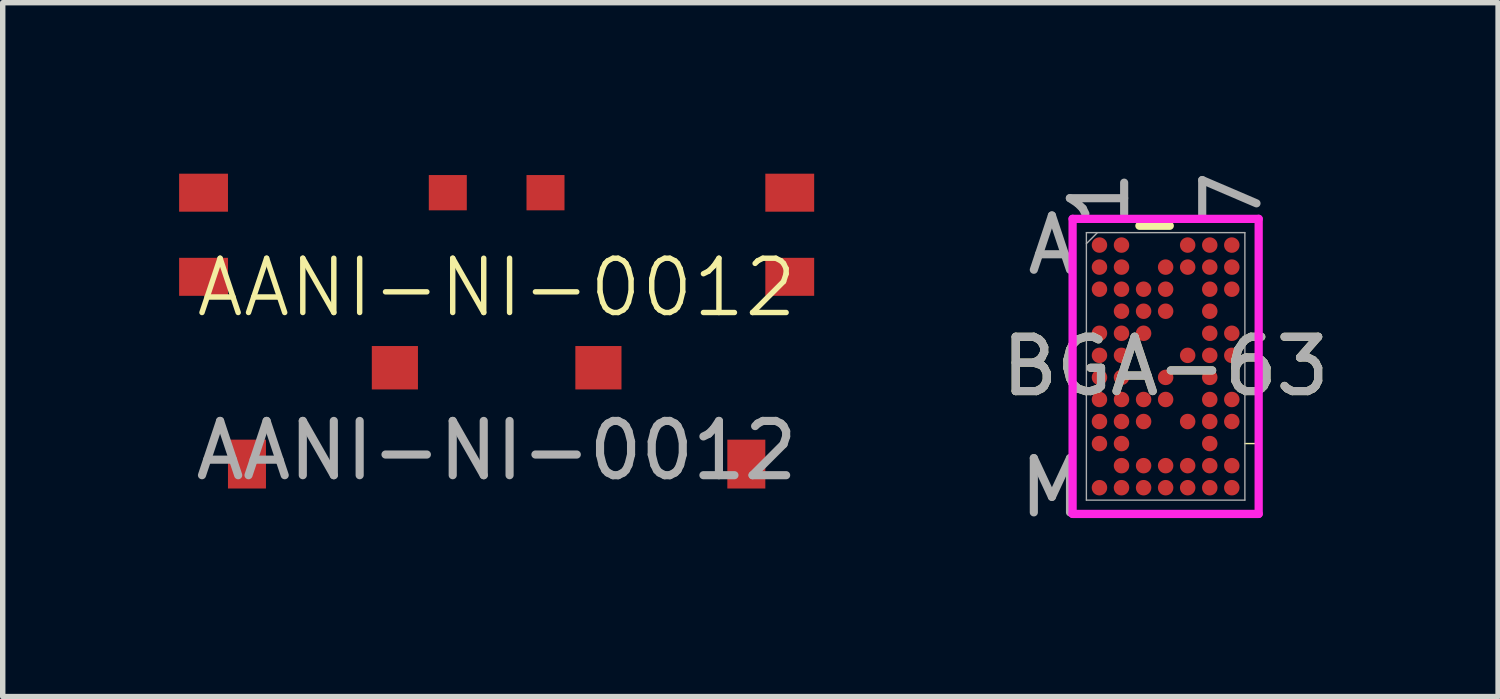
<source format=kicad_pcb>
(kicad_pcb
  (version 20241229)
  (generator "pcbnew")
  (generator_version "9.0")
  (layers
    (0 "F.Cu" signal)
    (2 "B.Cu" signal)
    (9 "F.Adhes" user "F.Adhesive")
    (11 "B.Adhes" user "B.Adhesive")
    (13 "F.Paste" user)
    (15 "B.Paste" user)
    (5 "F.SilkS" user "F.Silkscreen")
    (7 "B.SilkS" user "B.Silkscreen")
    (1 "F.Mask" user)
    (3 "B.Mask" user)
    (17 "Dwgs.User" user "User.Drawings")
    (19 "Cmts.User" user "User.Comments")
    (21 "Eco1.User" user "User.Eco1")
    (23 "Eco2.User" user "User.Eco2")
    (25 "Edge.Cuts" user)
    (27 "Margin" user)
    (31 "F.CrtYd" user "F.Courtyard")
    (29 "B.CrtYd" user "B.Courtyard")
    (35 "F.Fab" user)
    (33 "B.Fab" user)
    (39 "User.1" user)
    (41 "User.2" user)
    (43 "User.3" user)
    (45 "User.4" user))
  (footprint "BGA-63"
    (layer "F.Cu")
    (at 18.425 3.7)
    (property "Reference" "BGA-63" (at 0 0 0) (unlocked yes) (layer "F.SilkS") (effects (font (size 1 1) (thickness 0.15))))
    (attr smd)
    (fp_line (start 0.076 -2.591) (end -0.483 -2.591) (stroke (width 0.152) (type solid)) (layer "F.SilkS"))
    (fp_line (start 1.46 1.422) (end 1.714 1.422) (stroke (width 0.025) (type solid)) (layer "F.SilkS"))
    (fp_line (start -1.714 -2.718) (end 1.714 -2.718) (stroke (width 0.152) (type solid)) (layer "F.CrtYd"))
    (fp_line (start -1.714 2.718) (end -1.714 -2.718) (stroke (width 0.152) (type solid)) (layer "F.CrtYd"))
    (fp_line (start 1.714 -2.718) (end 1.714 2.718) (stroke (width 0.152) (type solid)) (layer "F.CrtYd"))
    (fp_line (start 1.714 2.718) (end -1.714 2.718) (stroke (width 0.152) (type solid)) (layer "F.CrtYd"))
    (fp_line (start -1.46 -2.464) (end -1.46 2.464) (stroke (width 0.025) (type solid)) (layer "F.Fab"))
    (fp_line (start -1.46 2.464) (end 1.46 2.464) (stroke (width 0.025) (type solid)) (layer "F.Fab"))
    (fp_line (start -1.257 -2.464) (end -1.46 -2.261) (stroke (width 0.025) (type solid)) (layer "F.Fab"))
    (fp_line (start 1.46 -2.464) (end -1.46 -2.464) (stroke (width 0.025) (type solid)) (layer "F.Fab"))
    (fp_line (start 1.46 2.464) (end 1.46 -2.464) (stroke (width 0.025) (type solid)) (layer "F.Fab"))
    (fp_text user "7" (at 1.219 -3.099 90) (unlocked yes) (layer "F.Fab") (effects (font (size 1 1) (thickness 0.15))))
    (fp_text user "A" (at -2.095 -2.235 0) (unlocked yes) (layer "F.Fab") (effects (font (size 1 1) (thickness 0.15))))
    (fp_text user "${REFERENCE}" (at 0 0 0) (unlocked yes) (layer "F.Fab") (effects (font (size 1 1) (thickness 0.15))))
    (fp_text user "M" (at -2.095 2.235 0) (unlocked yes) (layer "F.Fab") (effects (font (size 1 1) (thickness 0.15))))
    (fp_text user "1" (at -1.219 -3.099 90) (unlocked yes) (layer "F.Fab") (effects (font (size 1 1) (thickness 0.15))))
    (pad "A1" smd circle (at -1.219 -2.235) (size 0.285 0.285) (layers "F.Cu" "F.Mask" "F.Paste"))
    (pad "A2" smd circle (at -0.813 -2.235) (size 0.285 0.285) (layers "F.Cu" "F.Mask" "F.Paste"))
    (pad "A5" smd circle (at 0.406 -2.235) (size 0.285 0.285) (layers "F.Cu" "F.Mask" "F.Paste"))
    (pad "A6" smd circle (at 0.813 -2.235) (size 0.285 0.285) (layers "F.Cu" "F.Mask" "F.Paste"))
    (pad "A7" smd circle (at 1.219 -2.235) (size 0.285 0.285) (layers "F.Cu" "F.Mask" "F.Paste"))
    (pad "B1" smd circle (at -1.219 -1.829) (size 0.285 0.285) (layers "F.Cu" "F.Mask" "F.Paste"))
    (pad "B2" smd circle (at -0.813 -1.829) (size 0.285 0.285) (layers "F.Cu" "F.Mask" "F.Paste"))
    (pad "B4" smd circle (at 0 -1.829) (size 0.285 0.285) (layers "F.Cu" "F.Mask" "F.Paste"))
    (pad "B5" smd circle (at 0.406 -1.829) (size 0.285 0.285) (layers "F.Cu" "F.Mask" "F.Paste"))
    (pad "B6" smd circle (at 0.813 -1.829) (size 0.285 0.285) (layers "F.Cu" "F.Mask" "F.Paste"))
    (pad "B7" smd circle (at 1.219 -1.829) (size 0.285 0.285) (layers "F.Cu" "F.Mask" "F.Paste"))
    (pad "C1" smd circle (at -1.219 -1.422) (size 0.285 0.285) (layers "F.Cu" "F.Mask" "F.Paste"))
    (pad "C2" smd circle (at -0.813 -1.422) (size 0.285 0.285) (layers "F.Cu" "F.Mask" "F.Paste"))
    (pad "C3" smd circle (at -0.406 -1.422) (size 0.285 0.285) (layers "F.Cu" "F.Mask" "F.Paste"))
    (pad "C4" smd circle (at 0 -1.422) (size 0.285 0.285) (layers "F.Cu" "F.Mask" "F.Paste"))
    (pad "C6" smd circle (at 0.813 -1.422) (size 0.285 0.285) (layers "F.Cu" "F.Mask" "F.Paste"))
    (pad "C7" smd circle (at 1.219 -1.422) (size 0.285 0.285) (layers "F.Cu" "F.Mask" "F.Paste"))
    (pad "D2" smd circle (at -0.813 -1.016) (size 0.285 0.285) (layers "F.Cu" "F.Mask" "F.Paste"))
    (pad "D3" smd circle (at -0.406 -1.016) (size 0.285 0.285) (layers "F.Cu" "F.Mask" "F.Paste"))
    (pad "D4" smd circle (at 0 -1.016) (size 0.285 0.285) (layers "F.Cu" "F.Mask" "F.Paste"))
    (pad "D6" smd circle (at 0.813 -1.016) (size 0.285 0.285) (layers "F.Cu" "F.Mask" "F.Paste"))
    (pad "E1" smd circle (at -1.219 -0.61) (size 0.285 0.285) (layers "F.Cu" "F.Mask" "F.Paste"))
    (pad "E2" smd circle (at -0.813 -0.61) (size 0.285 0.285) (layers "F.Cu" "F.Mask" "F.Paste"))
    (pad "E3" smd circle (at -0.406 -0.61) (size 0.285 0.285) (layers "F.Cu" "F.Mask" "F.Paste"))
    (pad "E6" smd circle (at 0.813 -0.61) (size 0.285 0.285) (layers "F.Cu" "F.Mask" "F.Paste"))
    (pad "E7" smd circle (at 1.219 -0.61) (size 0.285 0.285) (layers "F.Cu" "F.Mask" "F.Paste"))
    (pad "F1" smd circle (at -1.219 -0.203) (size 0.285 0.285) (layers "F.Cu" "F.Mask" "F.Paste"))
    (pad "F2" smd circle (at -0.813 -0.203) (size 0.285 0.285) (layers "F.Cu" "F.Mask" "F.Paste"))
    (pad "F5" smd circle (at 0.406 -0.203) (size 0.285 0.285) (layers "F.Cu" "F.Mask" "F.Paste"))
    (pad "F6" smd circle (at 0.813 -0.203) (size 0.285 0.285) (layers "F.Cu" "F.Mask" "F.Paste"))
    (pad "F7" smd circle (at 1.219 -0.203) (size 0.285 0.285) (layers "F.Cu" "F.Mask" "F.Paste"))
    (pad "G1" smd circle (at -1.219 0.203) (size 0.285 0.285) (layers "F.Cu" "F.Mask" "F.Paste"))
    (pad "G2" smd circle (at -0.813 0.203) (size 0.285 0.285) (layers "F.Cu" "F.Mask" "F.Paste"))
    (pad "G4" smd circle (at 0 0.203) (size 0.285 0.285) (layers "F.Cu" "F.Mask" "F.Paste"))
    (pad "G6" smd circle (at 0.813 0.203) (size 0.285 0.285) (layers "F.Cu" "F.Mask" "F.Paste"))
    (pad "H1" smd circle (at -1.219 0.61) (size 0.285 0.285) (layers "F.Cu" "F.Mask" "F.Paste"))
    (pad "H2" smd circle (at -0.813 0.61) (size 0.285 0.285) (layers "F.Cu" "F.Mask" "F.Paste"))
    (pad "H3" smd circle (at -0.406 0.61) (size 0.285 0.285) (layers "F.Cu" "F.Mask" "F.Paste"))
    (pad "H4" smd circle (at 0 0.61) (size 0.285 0.285) (layers "F.Cu" "F.Mask" "F.Paste"))
    (pad "H6" smd circle (at 0.813 0.61) (size 0.285 0.285) (layers "F.Cu" "F.Mask" "F.Paste"))
    (pad "H7" smd circle (at 1.219 0.61) (size 0.285 0.285) (layers "F.Cu" "F.Mask" "F.Paste"))
    (pad "J1" smd circle (at -1.219 1.016) (size 0.285 0.285) (layers "F.Cu" "F.Mask" "F.Paste"))
    (pad "J2" smd circle (at -0.813 1.016) (size 0.285 0.285) (layers "F.Cu" "F.Mask" "F.Paste"))
    (pad "J3" smd circle (at -0.406 1.016) (size 0.285 0.285) (layers "F.Cu" "F.Mask" "F.Paste"))
    (pad "J5" smd circle (at 0.406 1.016) (size 0.285 0.285) (layers "F.Cu" "F.Mask" "F.Paste"))
    (pad "J6" smd circle (at 0.813 1.016) (size 0.285 0.285) (layers "F.Cu" "F.Mask" "F.Paste"))
    (pad "J7" smd circle (at 1.219 1.016) (size 0.285 0.285) (layers "F.Cu" "F.Mask" "F.Paste"))
    (pad "K1" smd circle (at -1.219 1.422) (size 0.285 0.285) (layers "F.Cu" "F.Mask" "F.Paste"))
    (pad "K2" smd circle (at -0.813 1.422) (size 0.285 0.285) (layers "F.Cu" "F.Mask" "F.Paste"))
    (pad "K6" smd circle (at 0.813 1.422) (size 0.285 0.285) (layers "F.Cu" "F.Mask" "F.Paste"))
    (pad "L2" smd circle (at -0.813 1.829) (size 0.285 0.285) (layers "F.Cu" "F.Mask" "F.Paste"))
    (pad "L3" smd circle (at -0.406 1.829) (size 0.285 0.285) (layers "F.Cu" "F.Mask" "F.Paste"))
    (pad "L4" smd circle (at 0 1.829) (size 0.285 0.285) (layers "F.Cu" "F.Mask" "F.Paste"))
    (pad "L5" smd circle (at 0.406 1.829) (size 0.285 0.285) (layers "F.Cu" "F.Mask" "F.Paste"))
    (pad "L6" smd circle (at 0.813 1.829) (size 0.285 0.285) (layers "F.Cu" "F.Mask" "F.Paste"))
    (pad "L7" smd circle (at 1.219 1.829) (size 0.285 0.285) (layers "F.Cu" "F.Mask" "F.Paste"))
    (pad "M1" smd circle (at -1.219 2.235) (size 0.285 0.285) (layers "F.Cu" "F.Mask" "F.Paste"))
    (pad "M2" smd circle (at -0.813 2.235) (size 0.285 0.285) (layers "F.Cu" "F.Mask" "F.Paste"))
    (pad "M3" smd circle (at -0.406 2.235) (size 0.285 0.285) (layers "F.Cu" "F.Mask" "F.Paste"))
    (pad "M4" smd circle (at 0 2.235) (size 0.285 0.285) (layers "F.Cu" "F.Mask" "F.Paste"))
    (pad "M5" smd circle (at 0.406 2.235) (size 0.285 0.285) (layers "F.Cu" "F.Mask" "F.Paste"))
    (pad "M6" smd circle (at 0.813 2.235) (size 0.285 0.285) (layers "F.Cu" "F.Mask" "F.Paste"))
    (pad "M7" smd circle (at 1.219 2.235) (size 0.285 0.285) (layers "F.Cu" "F.Mask" "F.Paste")))
  (footprint "AANI-NI-0012"
    (layer "F.Cu")
    (at 6.1 2.75)
    (property "Reference" "AANI-NI-0012" (at 0 -0.5 0) (unlocked yes) (layer "F.SilkS") (effects (font (size 1 1) (thickness 0.1))))
    (attr smd)
    (fp_text user "${REFERENCE}" (at 0 2.5 0) (unlocked yes) (layer "F.Fab") (effects (font (size 1 1) (thickness 0.15))))
    (pad "1" smd rect (at -5.4 -2.25) (size 0.9 0.7) (layers "F.Cu" "F.Mask" "F.Paste"))
    (pad "2" smd rect (at -0.9 -2.25) (size 0.7 0.65) (layers "F.Cu" "F.Mask" "F.Paste"))
    (pad "3" smd rect (at 0.9 -2.25) (size 0.7 0.65) (layers "F.Cu" "F.Mask" "F.Paste"))
    (pad "4" smd rect (at 5.4 -2.25) (size 0.9 0.7) (layers "F.Cu" "F.Mask" "F.Paste"))
    (pad "5" smd rect (at -5.4 -0.7) (size 0.9 0.7) (layers "F.Cu" "F.Mask" "F.Paste"))
    (pad "6" smd rect (at 5.4 -0.7) (size 0.9 0.7) (layers "F.Cu" "F.Mask" "F.Paste"))
    (pad "7" smd rect (at -1.875 0.975) (size 0.85 0.8) (layers "F.Cu" "F.Mask" "F.Paste"))
    (pad "8" smd rect (at 1.875 0.975) (size 0.85 0.8) (layers "F.Cu" "F.Mask" "F.Paste"))
    (pad "9" smd rect (at -4.6 2.75 90) (size 0.9 0.7) (layers "F.Cu" "F.Mask" "F.Paste"))
    (pad "10" smd rect (at 4.6 2.75 90) (size 0.9 0.7) (layers "F.Cu" "F.Mask" "F.Paste"))
    (zone (net_name "") (layers "F.Cu" "B.Cu") (hatch edge 0.5) (connect_pads) (min_thickness 0.25) (filled_areas_thickness no) (keepout (tracks allowed) (vias allowed) (pads allowed) (copperpour not_allowed) (footprints allowed)) (placement (enabled no)) (fill) (polygon (pts (xy 0 0) (xy 0 0.4) (xy 1.4 0.4) (xy 1.4 0))))
    (zone (net_name "") (layers "F.Cu" "B.Cu") (hatch edge 0.5) (connect_pads) (min_thickness 0.25) (filled_areas_thickness no) (keepout (tracks allowed) (vias allowed) (pads allowed) (copperpour not_allowed) (footprints allowed)) (placement (enabled no)) (fill) (polygon (pts (xy 0 0.65) (xy 0 1.15) (xy 0.6 1.15) (xy 0.6 0.65))))
    (zone (net_name "") (layers "F.Cu" "B.Cu") (hatch edge 0.5) (connect_pads) (min_thickness 0.25) (filled_areas_thickness no) (keepout (tracks allowed) (vias allowed) (pads allowed) (copperpour not_allowed) (footprints allowed)) (placement (enabled no)) (fill) (polygon (pts (xy 0 1.4) (xy 0 1.9) (xy 0.6 1.9) (xy 0.6 1.4))))
    (zone (net_name "") (layers "F.Cu" "B.Cu") (hatch edge 0.5) (connect_pads) (min_thickness 0.25) (filled_areas_thickness no) (keepout (tracks allowed) (vias allowed) (pads allowed) (copperpour not_allowed) (footprints allowed)) (placement (enabled no)) (fill) (polygon (pts (xy 0 2.15) (xy 0 2.65) (xy 0.6 2.65) (xy 0.6 2.15))))
    (zone (net_name "") (layers "F.Cu" "B.Cu") (hatch edge 0.5) (connect_pads) (min_thickness 0.25) (filled_areas_thickness no) (keepout (tracks allowed) (vias allowed) (pads allowed) (copperpour not_allowed) (footprints allowed)) (placement (enabled no)) (fill) (polygon (pts (xy 0.85 0.65) (xy 0.85 1.15) (xy 1.45 1.15) (xy 1.45 0.65))))
    (zone (net_name "") (layers "F.Cu" "B.Cu") (hatch edge 0.5) (connect_pads) (min_thickness 0.25) (filled_areas_thickness no) (keepout (tracks allowed) (vias allowed) (pads allowed) (copperpour not_allowed) (footprints allowed)) (placement (enabled no)) (fill) (polygon (pts (xy 0.85 1.4) (xy 0.85 1.9) (xy 1.45 1.9) (xy 1.45 1.4))))
    (zone (net_name "") (layers "F.Cu" "B.Cu") (hatch edge 0.5) (connect_pads) (min_thickness 0.25) (filled_areas_thickness no) (keepout (tracks allowed) (vias allowed) (pads allowed) (copperpour not_allowed) (footprints allowed)) (placement (enabled no)) (fill) (polygon (pts (xy 0.85 2.15) (xy 0.85 2.65) (xy 1.45 2.65) (xy 1.45 2.15))))
    (zone (net_name "") (layers "F.Cu" "B.Cu") (hatch edge 0.5) (connect_pads) (min_thickness 0.25) (filled_areas_thickness no) (keepout (tracks allowed) (vias allowed) (pads allowed) (copperpour not_allowed) (footprints allowed)) (placement (enabled no)) (fill) (polygon (pts (xy 10.8 2.05) (xy 10.8 2.5) (xy 12.2 2.5) (xy 12.2 2.05))))
    (zone (net_name "") (layers "F.Cu" "B.Cu") (hatch edge 0.5) (connect_pads) (min_thickness 0.25) (filled_areas_thickness no) (keepout (tracks allowed) (vias allowed) (pads allowed) (copperpour not_allowed) (footprints allowed)) (placement (enabled no)) (fill) (polygon (pts (xy 10.85 0) (xy 10.85 0.4) (xy 12.25 0.4) (xy 12.25 0))))
    (zone (net_name "") (layers "F.Cu" "B.Cu") (hatch edge 0.5) (connect_pads) (min_thickness 0.25) (filled_areas_thickness no) (keepout (tracks allowed) (vias allowed) (pads allowed) (copperpour not_allowed) (footprints allowed)) (placement (enabled no)) (fill) (polygon (pts (xy 10.85 0.65) (xy 10.85 1.15) (xy 11.45 1.15) (xy 11.45 0.65))))
    (zone (net_name "") (layers "F.Cu" "B.Cu") (hatch edge 0.5) (connect_pads) (min_thickness 0.25) (filled_areas_thickness no) (keepout (tracks allowed) (vias allowed) (pads allowed) (copperpour not_allowed) (footprints allowed)) (placement (enabled no)) (fill) (polygon (pts (xy 11.7 0.65) (xy 11.7 1.15) (xy 12.3 1.15) (xy 12.3 0.65))))
    (zone (net_name "") (layers "F.Cu" "B.Cu") (hatch edge 0.5) (connect_pads) (min_thickness 0.25) (filled_areas_thickness no) (keepout (tracks allowed) (vias allowed) (pads allowed) (copperpour not_allowed) (footprints allowed)) (placement (enabled no)) (fill) (polygon (pts (xy 5.2 0) (xy 5.2 0.5) (xy 1.6 0.5) (xy 1.6 6.45) (xy 10.6 6.45) (xy 10.6 0.5) (xy 7 0.5) (xy 7 0))))
    (zone (net_name "") (layer "F.Cu") (hatch edge 0.5) (connect_pads) (min_thickness 0.25) (filled_areas_thickness no) (keepout (tracks allowed) (vias allowed) (pads allowed) (copperpour not_allowed) (footprints allowed)) (placement (enabled no)) (fill) (polygon (pts (xy 0.85 4.7) (xy 1.6 4.7) (xy 1.6 6.3) (xy 0.85 6.3))))
    (zone (net_name "") (layer "F.Cu") (hatch edge 0.5) (connect_pads) (min_thickness 0.25) (filled_areas_thickness no) (keepout (tracks allowed) (vias allowed) (pads allowed) (copperpour not_allowed) (footprints allowed)) (placement (enabled no)) (fill) (polygon (pts (xy 10.6 4.7) (xy 11.35 4.7) (xy 11.35 6.3) (xy 10.6 6.3))))
    (zone (net_name "") (layer "F.Cu") (hatch edge 0.5) (connect_pads) (min_thickness 0.25) (filled_areas_thickness no) (keepout (tracks allowed) (vias allowed) (pads allowed) (copperpour not_allowed) (footprints allowed)) (placement (enabled no)) (fill) (polygon (pts (xy 11.25 1.7) (xy 11 1.45) (xy 12 1.45) (xy 11.75 1.7)))))
  (gr_rect
    (start -3 -3)
    (end 24.55 9.783)
    (stroke (width 0.1) (type default))
    (fill no)
    (layer "Edge.Cuts")))
</source>
